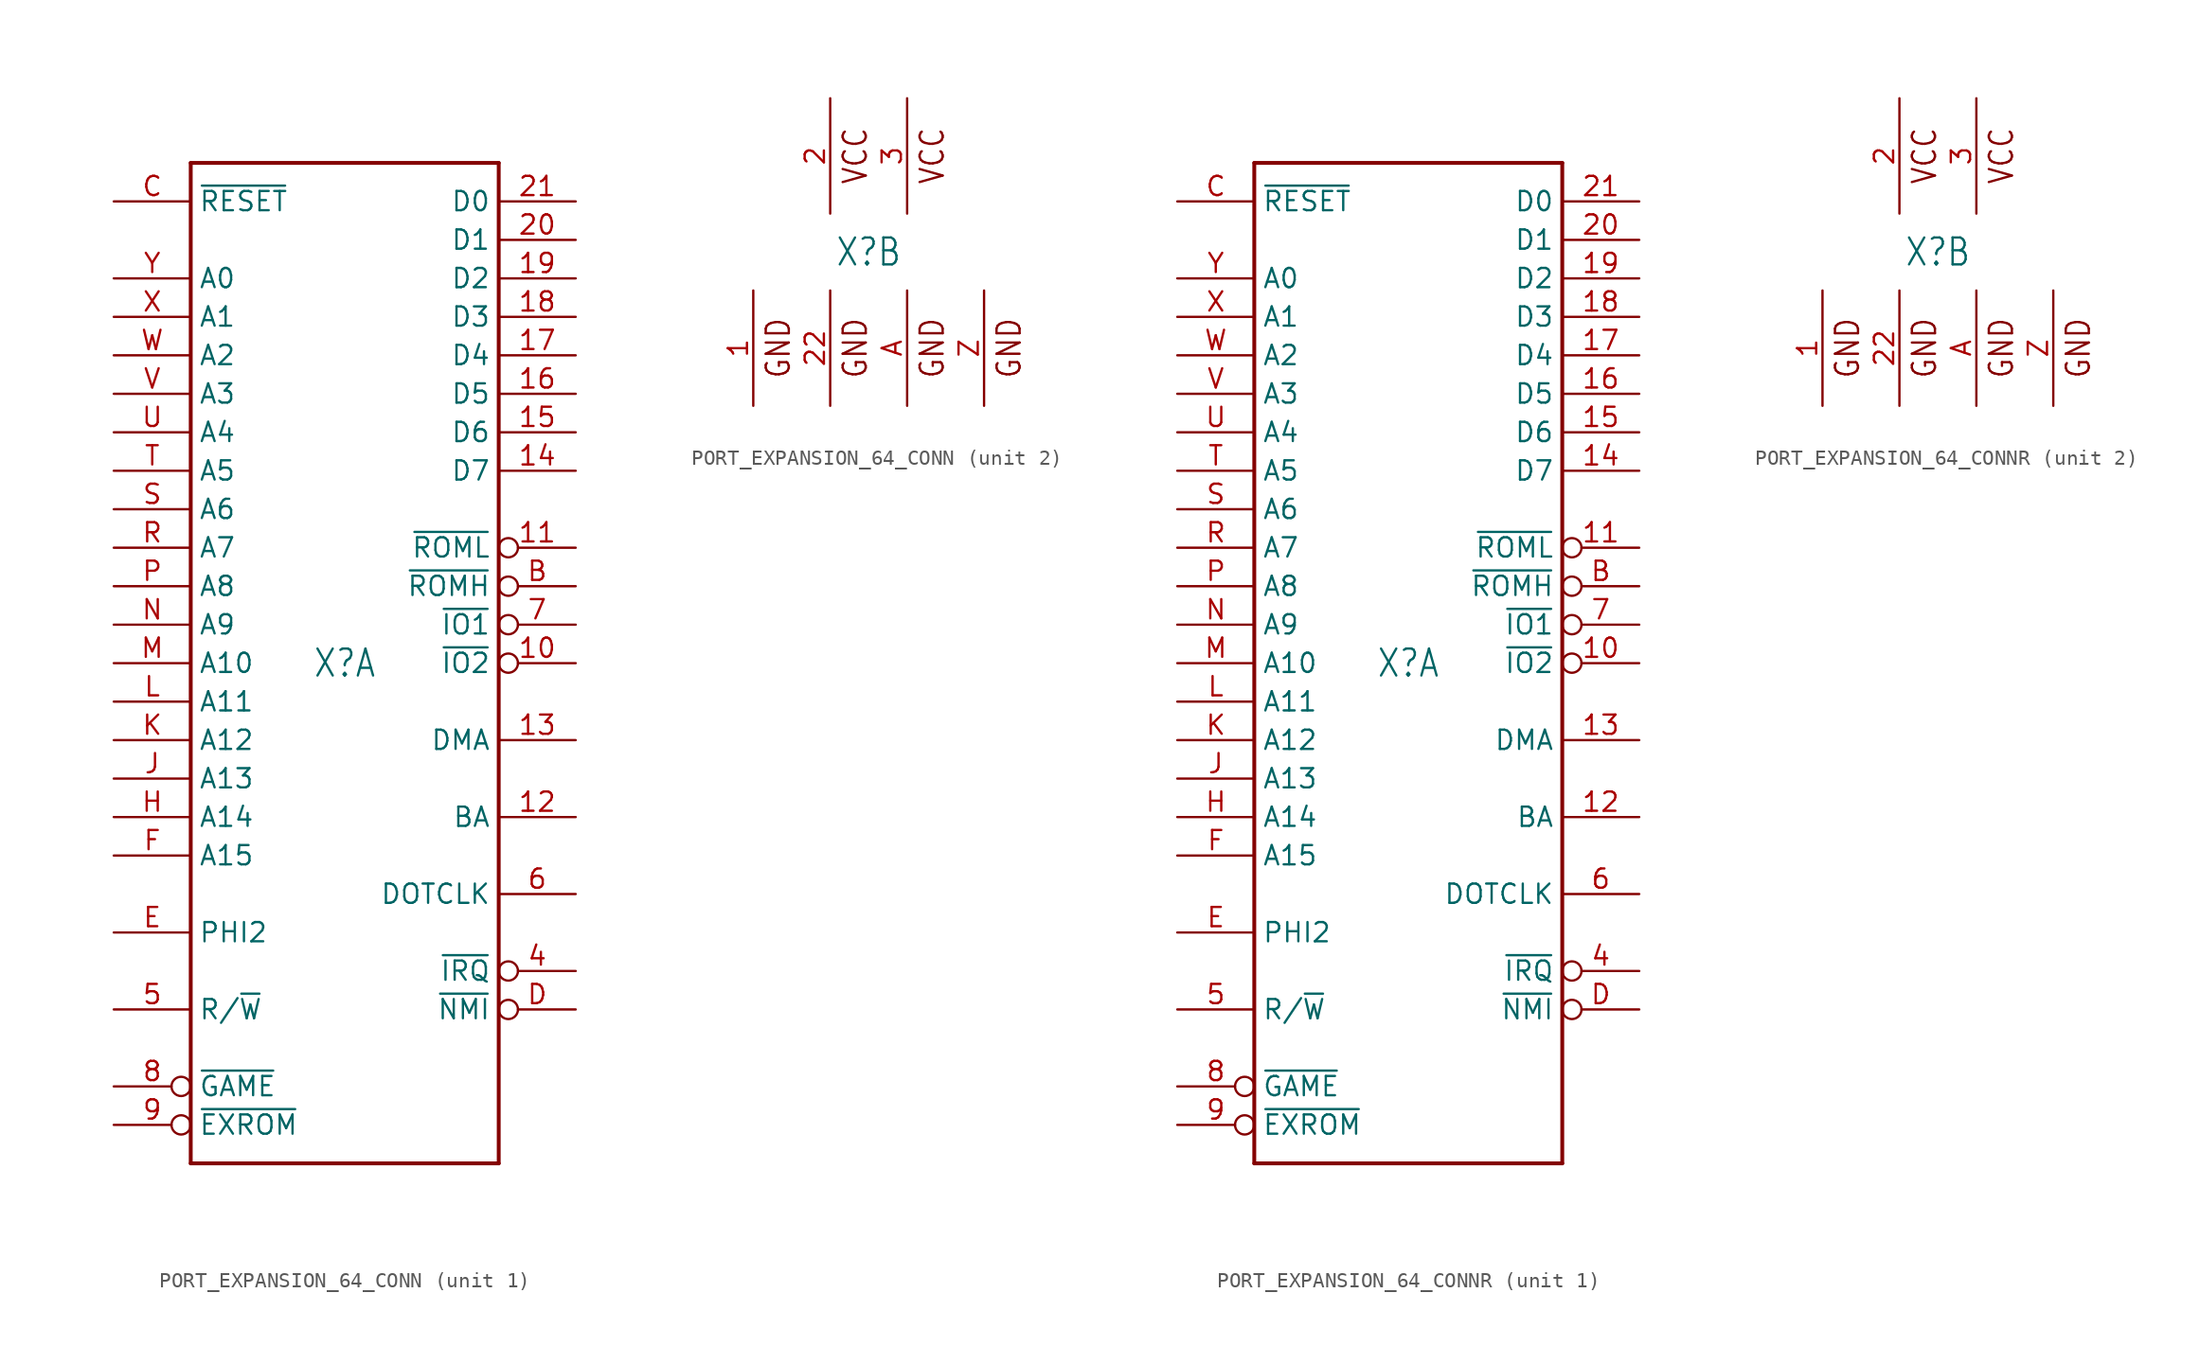
<source format=kicad_sym>
(kicad_symbol_lib
  (version 20220914)
  (generator kicad_symbol_editor)
  (symbol "PORT_EXPANSION_64_CONN"
    (property "Reference" "X"
      (at 0 0 0)
      (effects (font (size 1.778 1.511))))
    (property "ki_locked" ""
      (at 0 0 0)
      (effects (font (size 1.27 1.27))))
    (symbol "PORT_EXPANSION_64_CONN_1_0"
      (polyline (pts (xy -10.16 -33.02) (xy 10.16 -33.02)) (stroke (width 0.254) (type solid)) (fill (type none)))
      (polyline (pts (xy -10.16 33.02) (xy -10.16 -33.02)) (stroke (width 0.254) (type solid)) (fill (type none)))
      (polyline (pts (xy 10.16 -33.02) (xy 10.16 33.02)) (stroke (width 0.254) (type solid)) (fill (type none)))
      (polyline (pts (xy 10.16 33.02) (xy -10.16 33.02)) (stroke (width 0.254) (type solid)) (fill (type none)))
      (pin input inverted (at 15.24 0 180) (length 5.08) (name "~{IO2}" (effects (font (size 1.27 1.27)))) (number "10" (effects (font (size 1.27 1.27)))))
      (pin input inverted (at 15.24 7.62 180) (length 5.08) (name "~{ROML}" (effects (font (size 1.27 1.27)))) (number "11" (effects (font (size 1.27 1.27)))))
      (pin input line (at 15.24 -10.16 180) (length 5.08) (name "BA" (effects (font (size 1.27 1.27)))) (number "12" (effects (font (size 1.27 1.27)))))
      (pin bidirectional line (at 15.24 -5.08 180) (length 5.08) (name "DMA" (effects (font (size 1.27 1.27)))) (number "13" (effects (font (size 1.27 1.27)))))
      (pin bidirectional line (at 15.24 12.7 180) (length 5.08) (name "D7" (effects (font (size 1.27 1.27)))) (number "14" (effects (font (size 1.27 1.27)))))
      (pin bidirectional line (at 15.24 15.24 180) (length 5.08) (name "D6" (effects (font (size 1.27 1.27)))) (number "15" (effects (font (size 1.27 1.27)))))
      (pin bidirectional line (at 15.24 17.78 180) (length 5.08) (name "D5" (effects (font (size 1.27 1.27)))) (number "16" (effects (font (size 1.27 1.27)))))
      (pin bidirectional line (at 15.24 20.32 180) (length 5.08) (name "D4" (effects (font (size 1.27 1.27)))) (number "17" (effects (font (size 1.27 1.27)))))
      (pin bidirectional line (at 15.24 22.86 180) (length 5.08) (name "D3" (effects (font (size 1.27 1.27)))) (number "18" (effects (font (size 1.27 1.27)))))
      (pin bidirectional line (at 15.24 25.4 180) (length 5.08) (name "D2" (effects (font (size 1.27 1.27)))) (number "19" (effects (font (size 1.27 1.27)))))
      (pin bidirectional line (at 15.24 27.94 180) (length 5.08) (name "D1" (effects (font (size 1.27 1.27)))) (number "20" (effects (font (size 1.27 1.27)))))
      (pin bidirectional line (at 15.24 30.48 180) (length 5.08) (name "D0" (effects (font (size 1.27 1.27)))) (number "21" (effects (font (size 1.27 1.27)))))
      (pin bidirectional inverted (at 15.24 -20.32 180) (length 5.08) (name "~{IRQ}" (effects (font (size 1.27 1.27)))) (number "4" (effects (font (size 1.27 1.27)))))
      (pin bidirectional line (at -15.24 -22.86 0) (length 5.08) (name "R/~{W}" (effects (font (size 1.27 1.27)))) (number "5" (effects (font (size 1.27 1.27)))))
      (pin input line (at 15.24 -15.24 180) (length 5.08) (name "DOTCLK" (effects (font (size 1.27 1.27)))) (number "6" (effects (font (size 1.27 1.27)))))
      (pin input inverted (at 15.24 2.54 180) (length 5.08) (name "~{IO1}" (effects (font (size 1.27 1.27)))) (number "7" (effects (font (size 1.27 1.27)))))
      (pin input inverted (at -15.24 -27.94 0) (length 5.08) (name "~{GAME}" (effects (font (size 1.27 1.27)))) (number "8" (effects (font (size 1.27 1.27)))))
      (pin input inverted (at -15.24 -30.48 0) (length 5.08) (name "~{EXROM}" (effects (font (size 1.27 1.27)))) (number "9" (effects (font (size 1.27 1.27)))))
      (pin input inverted (at 15.24 5.08 180) (length 5.08) (name "~{ROMH}" (effects (font (size 1.27 1.27)))) (number "B" (effects (font (size 1.27 1.27)))))
      (pin input line (at -15.24 30.48 0) (length 5.08) (name "~{RESET}" (effects (font (size 1.27 1.27)))) (number "C" (effects (font (size 1.27 1.27)))))
      (pin bidirectional inverted (at 15.24 -22.86 180) (length 5.08) (name "~{NMI}" (effects (font (size 1.27 1.27)))) (number "D" (effects (font (size 1.27 1.27)))))
      (pin input line (at -15.24 -17.78 0) (length 5.08) (name "PHI2" (effects (font (size 1.27 1.27)))) (number "E" (effects (font (size 1.27 1.27)))))
      (pin bidirectional line (at -15.24 -12.7 0) (length 5.08) (name "A15" (effects (font (size 1.27 1.27)))) (number "F" (effects (font (size 1.27 1.27)))))
      (pin bidirectional line (at -15.24 -10.16 0) (length 5.08) (name "A14" (effects (font (size 1.27 1.27)))) (number "H" (effects (font (size 1.27 1.27)))))
      (pin bidirectional line (at -15.24 -7.62 0) (length 5.08) (name "A13" (effects (font (size 1.27 1.27)))) (number "J" (effects (font (size 1.27 1.27)))))
      (pin bidirectional line (at -15.24 -5.08 0) (length 5.08) (name "A12" (effects (font (size 1.27 1.27)))) (number "K" (effects (font (size 1.27 1.27)))))
      (pin bidirectional line (at -15.24 -2.54 0) (length 5.08) (name "A11" (effects (font (size 1.27 1.27)))) (number "L" (effects (font (size 1.27 1.27)))))
      (pin bidirectional line (at -15.24 0 0) (length 5.08) (name "A10" (effects (font (size 1.27 1.27)))) (number "M" (effects (font (size 1.27 1.27)))))
      (pin bidirectional line (at -15.24 2.54 0) (length 5.08) (name "A9" (effects (font (size 1.27 1.27)))) (number "N" (effects (font (size 1.27 1.27)))))
      (pin bidirectional line (at -15.24 5.08 0) (length 5.08) (name "A8" (effects (font (size 1.27 1.27)))) (number "P" (effects (font (size 1.27 1.27)))))
      (pin bidirectional line (at -15.24 7.62 0) (length 5.08) (name "A7" (effects (font (size 1.27 1.27)))) (number "R" (effects (font (size 1.27 1.27)))))
      (pin bidirectional line (at -15.24 10.16 0) (length 5.08) (name "A6" (effects (font (size 1.27 1.27)))) (number "S" (effects (font (size 1.27 1.27)))))
      (pin bidirectional line (at -15.24 12.7 0) (length 5.08) (name "A5" (effects (font (size 1.27 1.27)))) (number "T" (effects (font (size 1.27 1.27)))))
      (pin bidirectional line (at -15.24 15.24 0) (length 5.08) (name "A4" (effects (font (size 1.27 1.27)))) (number "U" (effects (font (size 1.27 1.27)))))
      (pin bidirectional line (at -15.24 17.78 0) (length 5.08) (name "A3" (effects (font (size 1.27 1.27)))) (number "V" (effects (font (size 1.27 1.27)))))
      (pin bidirectional line (at -15.24 20.32 0) (length 5.08) (name "A2" (effects (font (size 1.27 1.27)))) (number "W" (effects (font (size 1.27 1.27)))))
      (pin bidirectional line (at -15.24 22.86 0) (length 5.08) (name "A1" (effects (font (size 1.27 1.27)))) (number "X" (effects (font (size 1.27 1.27)))))
      (pin bidirectional line (at -15.24 25.4 0) (length 5.08) (name "A0" (effects (font (size 1.27 1.27)))) (number "Y" (effects (font (size 1.27 1.27))))))
    (symbol "PORT_EXPANSION_64_CONN_2_0"
      (text "GND" (at -5.08 -6.35 900) (effects (font (size 1.524 1.295)) (justify bottom)))
      (text "GND" (at 0 -6.35 900) (effects (font (size 1.524 1.295)) (justify bottom)))
      (text "GND" (at 5.08 -6.35 900) (effects (font (size 1.524 1.295)) (justify bottom)))
      (text "GND" (at 10.16 -6.35 900) (effects (font (size 1.524 1.295)) (justify bottom)))
      (text "VCC" (at 0 6.35 900) (effects (font (size 1.524 1.295)) (justify bottom)))
      (text "VCC" (at 5.08 6.35 900) (effects (font (size 1.524 1.295)) (justify bottom)))
      (pin power_in line (at -7.62 -10.16 90) (length 7.62) (name "GND" (effects (font (size 0 0)))) (number "1" (effects (font (size 1.27 1.27)))))
      (pin power_in line (at -2.54 10.16 270) (length 7.62) (name "VCC" (effects (font (size 0 0)))) (number "2" (effects (font (size 1.27 1.27)))))
      (pin power_in line (at -2.54 -10.16 90) (length 7.62) (name "GND@1" (effects (font (size 0 0)))) (number "22" (effects (font (size 1.27 1.27)))))
      (pin power_in line (at 2.54 10.16 270) (length 7.62) (name "VCC@1" (effects (font (size 0 0)))) (number "3" (effects (font (size 1.27 1.27)))))
      (pin power_in line (at 2.54 -10.16 90) (length 7.62) (name "GND@2" (effects (font (size 0 0)))) (number "A" (effects (font (size 1.27 1.27)))))
      (pin power_in line (at 7.62 -10.16 90) (length 7.62) (name "GND@3" (effects (font (size 0 0)))) (number "Z" (effects (font (size 1.27 1.27)))))))
  (symbol "PORT_EXPANSION_64_CONNR"
    (property "Reference" "X"
      (at 0 0 0)
      (effects (font (size 1.778 1.511))))
    (property "ki_locked" ""
      (at 0 0 0)
      (effects (font (size 1.27 1.27))))
    (symbol "PORT_EXPANSION_64_CONNR_1_0"
      (polyline (pts (xy -10.16 -33.02) (xy 10.16 -33.02)) (stroke (width 0.254) (type solid)) (fill (type none)))
      (polyline (pts (xy -10.16 33.02) (xy -10.16 -33.02)) (stroke (width 0.254) (type solid)) (fill (type none)))
      (polyline (pts (xy 10.16 -33.02) (xy 10.16 33.02)) (stroke (width 0.254) (type solid)) (fill (type none)))
      (polyline (pts (xy 10.16 33.02) (xy -10.16 33.02)) (stroke (width 0.254) (type solid)) (fill (type none)))
      (pin input inverted (at 15.24 0 180) (length 5.08) (name "~{IO2}" (effects (font (size 1.27 1.27)))) (number "10" (effects (font (size 1.27 1.27)))))
      (pin input inverted (at 15.24 7.62 180) (length 5.08) (name "~{ROML}" (effects (font (size 1.27 1.27)))) (number "11" (effects (font (size 1.27 1.27)))))
      (pin input line (at 15.24 -10.16 180) (length 5.08) (name "BA" (effects (font (size 1.27 1.27)))) (number "12" (effects (font (size 1.27 1.27)))))
      (pin bidirectional line (at 15.24 -5.08 180) (length 5.08) (name "DMA" (effects (font (size 1.27 1.27)))) (number "13" (effects (font (size 1.27 1.27)))))
      (pin bidirectional line (at 15.24 12.7 180) (length 5.08) (name "D7" (effects (font (size 1.27 1.27)))) (number "14" (effects (font (size 1.27 1.27)))))
      (pin bidirectional line (at 15.24 15.24 180) (length 5.08) (name "D6" (effects (font (size 1.27 1.27)))) (number "15" (effects (font (size 1.27 1.27)))))
      (pin bidirectional line (at 15.24 17.78 180) (length 5.08) (name "D5" (effects (font (size 1.27 1.27)))) (number "16" (effects (font (size 1.27 1.27)))))
      (pin bidirectional line (at 15.24 20.32 180) (length 5.08) (name "D4" (effects (font (size 1.27 1.27)))) (number "17" (effects (font (size 1.27 1.27)))))
      (pin bidirectional line (at 15.24 22.86 180) (length 5.08) (name "D3" (effects (font (size 1.27 1.27)))) (number "18" (effects (font (size 1.27 1.27)))))
      (pin bidirectional line (at 15.24 25.4 180) (length 5.08) (name "D2" (effects (font (size 1.27 1.27)))) (number "19" (effects (font (size 1.27 1.27)))))
      (pin bidirectional line (at 15.24 27.94 180) (length 5.08) (name "D1" (effects (font (size 1.27 1.27)))) (number "20" (effects (font (size 1.27 1.27)))))
      (pin bidirectional line (at 15.24 30.48 180) (length 5.08) (name "D0" (effects (font (size 1.27 1.27)))) (number "21" (effects (font (size 1.27 1.27)))))
      (pin bidirectional inverted (at 15.24 -20.32 180) (length 5.08) (name "~{IRQ}" (effects (font (size 1.27 1.27)))) (number "4" (effects (font (size 1.27 1.27)))))
      (pin bidirectional line (at -15.24 -22.86 0) (length 5.08) (name "R/~{W}" (effects (font (size 1.27 1.27)))) (number "5" (effects (font (size 1.27 1.27)))))
      (pin input line (at 15.24 -15.24 180) (length 5.08) (name "DOTCLK" (effects (font (size 1.27 1.27)))) (number "6" (effects (font (size 1.27 1.27)))))
      (pin input inverted (at 15.24 2.54 180) (length 5.08) (name "~{IO1}" (effects (font (size 1.27 1.27)))) (number "7" (effects (font (size 1.27 1.27)))))
      (pin input inverted (at -15.24 -27.94 0) (length 5.08) (name "~{GAME}" (effects (font (size 1.27 1.27)))) (number "8" (effects (font (size 1.27 1.27)))))
      (pin input inverted (at -15.24 -30.48 0) (length 5.08) (name "~{EXROM}" (effects (font (size 1.27 1.27)))) (number "9" (effects (font (size 1.27 1.27)))))
      (pin input inverted (at 15.24 5.08 180) (length 5.08) (name "~{ROMH}" (effects (font (size 1.27 1.27)))) (number "B" (effects (font (size 1.27 1.27)))))
      (pin input line (at -15.24 30.48 0) (length 5.08) (name "~{RESET}" (effects (font (size 1.27 1.27)))) (number "C" (effects (font (size 1.27 1.27)))))
      (pin bidirectional inverted (at 15.24 -22.86 180) (length 5.08) (name "~{NMI}" (effects (font (size 1.27 1.27)))) (number "D" (effects (font (size 1.27 1.27)))))
      (pin input line (at -15.24 -17.78 0) (length 5.08) (name "PHI2" (effects (font (size 1.27 1.27)))) (number "E" (effects (font (size 1.27 1.27)))))
      (pin bidirectional line (at -15.24 -12.7 0) (length 5.08) (name "A15" (effects (font (size 1.27 1.27)))) (number "F" (effects (font (size 1.27 1.27)))))
      (pin bidirectional line (at -15.24 -10.16 0) (length 5.08) (name "A14" (effects (font (size 1.27 1.27)))) (number "H" (effects (font (size 1.27 1.27)))))
      (pin bidirectional line (at -15.24 -7.62 0) (length 5.08) (name "A13" (effects (font (size 1.27 1.27)))) (number "J" (effects (font (size 1.27 1.27)))))
      (pin bidirectional line (at -15.24 -5.08 0) (length 5.08) (name "A12" (effects (font (size 1.27 1.27)))) (number "K" (effects (font (size 1.27 1.27)))))
      (pin bidirectional line (at -15.24 -2.54 0) (length 5.08) (name "A11" (effects (font (size 1.27 1.27)))) (number "L" (effects (font (size 1.27 1.27)))))
      (pin bidirectional line (at -15.24 0 0) (length 5.08) (name "A10" (effects (font (size 1.27 1.27)))) (number "M" (effects (font (size 1.27 1.27)))))
      (pin bidirectional line (at -15.24 2.54 0) (length 5.08) (name "A9" (effects (font (size 1.27 1.27)))) (number "N" (effects (font (size 1.27 1.27)))))
      (pin bidirectional line (at -15.24 5.08 0) (length 5.08) (name "A8" (effects (font (size 1.27 1.27)))) (number "P" (effects (font (size 1.27 1.27)))))
      (pin bidirectional line (at -15.24 7.62 0) (length 5.08) (name "A7" (effects (font (size 1.27 1.27)))) (number "R" (effects (font (size 1.27 1.27)))))
      (pin bidirectional line (at -15.24 10.16 0) (length 5.08) (name "A6" (effects (font (size 1.27 1.27)))) (number "S" (effects (font (size 1.27 1.27)))))
      (pin bidirectional line (at -15.24 12.7 0) (length 5.08) (name "A5" (effects (font (size 1.27 1.27)))) (number "T" (effects (font (size 1.27 1.27)))))
      (pin bidirectional line (at -15.24 15.24 0) (length 5.08) (name "A4" (effects (font (size 1.27 1.27)))) (number "U" (effects (font (size 1.27 1.27)))))
      (pin bidirectional line (at -15.24 17.78 0) (length 5.08) (name "A3" (effects (font (size 1.27 1.27)))) (number "V" (effects (font (size 1.27 1.27)))))
      (pin bidirectional line (at -15.24 20.32 0) (length 5.08) (name "A2" (effects (font (size 1.27 1.27)))) (number "W" (effects (font (size 1.27 1.27)))))
      (pin bidirectional line (at -15.24 22.86 0) (length 5.08) (name "A1" (effects (font (size 1.27 1.27)))) (number "X" (effects (font (size 1.27 1.27)))))
      (pin bidirectional line (at -15.24 25.4 0) (length 5.08) (name "A0" (effects (font (size 1.27 1.27)))) (number "Y" (effects (font (size 1.27 1.27))))))
    (symbol "PORT_EXPANSION_64_CONNR_2_0"
      (text "GND" (at -5.08 -6.35 900) (effects (font (size 1.524 1.295)) (justify bottom)))
      (text "GND" (at 0 -6.35 900) (effects (font (size 1.524 1.295)) (justify bottom)))
      (text "GND" (at 5.08 -6.35 900) (effects (font (size 1.524 1.295)) (justify bottom)))
      (text "GND" (at 10.16 -6.35 900) (effects (font (size 1.524 1.295)) (justify bottom)))
      (text "VCC" (at 0 6.35 900) (effects (font (size 1.524 1.295)) (justify bottom)))
      (text "VCC" (at 5.08 6.35 900) (effects (font (size 1.524 1.295)) (justify bottom)))
      (pin power_in line (at -7.62 -10.16 90) (length 7.62) (name "GND" (effects (font (size 0 0)))) (number "1" (effects (font (size 1.27 1.27)))))
      (pin power_in line (at -2.54 10.16 270) (length 7.62) (name "VCC" (effects (font (size 0 0)))) (number "2" (effects (font (size 1.27 1.27)))))
      (pin power_in line (at -2.54 -10.16 90) (length 7.62) (name "GND@1" (effects (font (size 0 0)))) (number "22" (effects (font (size 1.27 1.27)))))
      (pin power_in line (at 2.54 10.16 270) (length 7.62) (name "VCC@1" (effects (font (size 0 0)))) (number "3" (effects (font (size 1.27 1.27)))))
      (pin power_in line (at 2.54 -10.16 90) (length 7.62) (name "GND@2" (effects (font (size 0 0)))) (number "A" (effects (font (size 1.27 1.27)))))
      (pin power_in line (at 7.62 -10.16 90) (length 7.62) (name "GND@3" (effects (font (size 0 0)))) (number "Z" (effects (font (size 1.27 1.27))))))))
</source>
